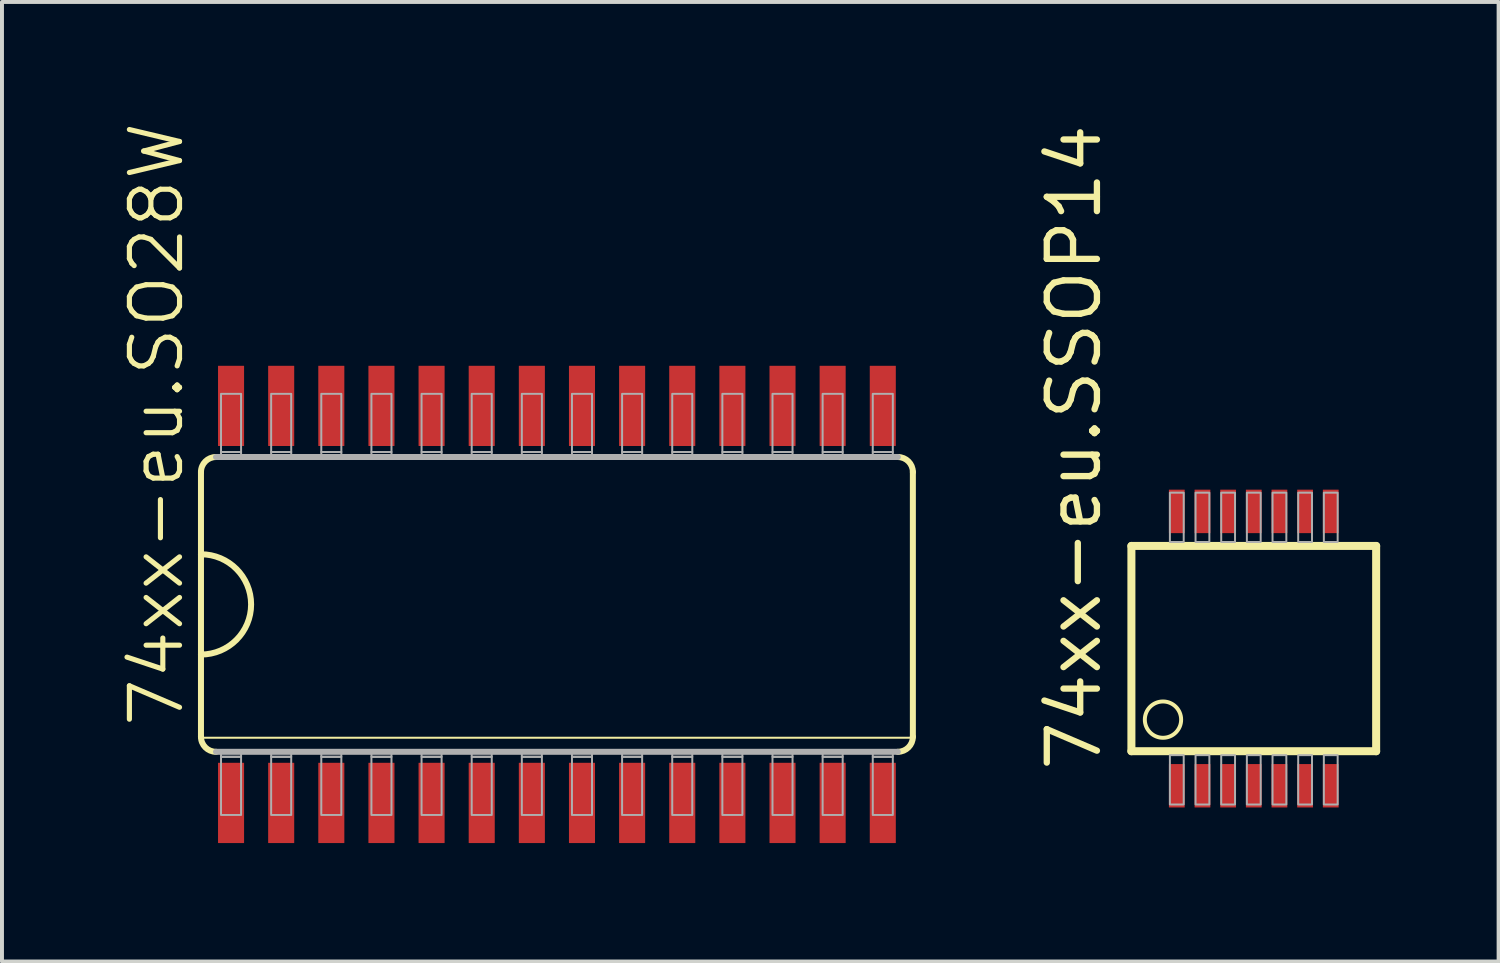
<source format=kicad_pcb>
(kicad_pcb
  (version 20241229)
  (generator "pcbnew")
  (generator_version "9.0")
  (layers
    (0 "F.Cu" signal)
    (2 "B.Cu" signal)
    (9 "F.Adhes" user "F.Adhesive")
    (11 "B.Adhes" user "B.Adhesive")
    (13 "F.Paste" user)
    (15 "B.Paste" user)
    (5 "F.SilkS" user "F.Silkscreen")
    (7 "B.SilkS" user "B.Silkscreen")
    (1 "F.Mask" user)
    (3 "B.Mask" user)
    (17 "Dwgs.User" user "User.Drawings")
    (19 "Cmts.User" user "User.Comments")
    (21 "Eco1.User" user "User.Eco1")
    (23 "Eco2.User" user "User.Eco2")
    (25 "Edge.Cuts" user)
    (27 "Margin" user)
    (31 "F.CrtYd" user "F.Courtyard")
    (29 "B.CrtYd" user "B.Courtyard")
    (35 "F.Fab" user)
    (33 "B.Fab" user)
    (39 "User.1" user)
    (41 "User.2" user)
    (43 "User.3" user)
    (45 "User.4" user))
  (footprint "74xx-eu.SSOP14"
    (layer "F.Cu")
    (at 28.711 13.38)
    (property "Reference" "74xx-eu.SSOP14" (at -3.81 3.175 90) (layer "F.SilkS") (effects (font (size 1.27 1.27) (thickness 0.16)) (justify left bottom)))
    (attr smd)
    (fp_rect (start -2.2 -2.875) (end -1.7 -4.075) (stroke (width 0.05) (type default)) (fill yes) (layer "F.Mask"))
    (fp_rect (start -2.2 4.075) (end -1.7 2.875) (stroke (width 0.05) (type default)) (fill yes) (layer "F.Mask"))
    (fp_rect (start -1.55 -2.875) (end -1.05 -4.075) (stroke (width 0.05) (type default)) (fill yes) (layer "F.Mask"))
    (fp_rect (start -1.55 4.075) (end -1.05 2.875) (stroke (width 0.05) (type default)) (fill yes) (layer "F.Mask"))
    (fp_rect (start -0.9 -2.875) (end -0.4 -4.075) (stroke (width 0.05) (type default)) (fill yes) (layer "F.Mask"))
    (fp_rect (start -0.9 4.075) (end -0.4 2.875) (stroke (width 0.05) (type default)) (fill yes) (layer "F.Mask"))
    (fp_rect (start -0.25 -2.875) (end 0.25 -4.075) (stroke (width 0.05) (type default)) (fill yes) (layer "F.Mask"))
    (fp_rect (start -0.25 4.075) (end 0.25 2.875) (stroke (width 0.05) (type default)) (fill yes) (layer "F.Mask"))
    (fp_rect (start 0.4 -2.875) (end 0.9 -4.075) (stroke (width 0.05) (type default)) (fill yes) (layer "F.Mask"))
    (fp_rect (start 0.4 4.075) (end 0.9 2.875) (stroke (width 0.05) (type default)) (fill yes) (layer "F.Mask"))
    (fp_rect (start 1.05 -2.875) (end 1.55 -4.075) (stroke (width 0.05) (type default)) (fill yes) (layer "F.Mask"))
    (fp_rect (start 1.05 4.075) (end 1.55 2.875) (stroke (width 0.05) (type default)) (fill yes) (layer "F.Mask"))
    (fp_rect (start 1.7 -2.875) (end 2.2 -4.075) (stroke (width 0.05) (type default)) (fill yes) (layer "F.Mask"))
    (fp_rect (start 1.7 4.075) (end 2.2 2.875) (stroke (width 0.05) (type default)) (fill yes) (layer "F.Mask"))
    (fp_line (start -3.1 -2.6) (end 3.1 -2.6) (stroke (width 0.203) (type default)) (layer "F.SilkS"))
    (fp_line (start -3.1 2.6) (end -3.1 -2.6) (stroke (width 0.203) (type default)) (layer "F.SilkS"))
    (fp_line (start 3.1 -2.6) (end 3.1 2.6) (stroke (width 0.203) (type default)) (layer "F.SilkS"))
    (fp_line (start 3.1 2.6) (end -3.1 2.6) (stroke (width 0.203) (type default)) (layer "F.SilkS"))
    (fp_circle (center -2.3 1.8) (end -1.84 1.8) (stroke (width 0.1) (type default)) (fill no) (layer "F.SilkS"))
    (fp_rect (start -2.125 -2.7) (end -1.775 -3.95) (stroke (width 0.05) (type default)) (fill no) (layer "F.Fab"))
    (fp_rect (start -2.125 3.95) (end -1.775 2.7) (stroke (width 0.05) (type default)) (fill no) (layer "F.Fab"))
    (fp_rect (start -1.475 -2.7) (end -1.125 -3.95) (stroke (width 0.05) (type default)) (fill no) (layer "F.Fab"))
    (fp_rect (start -1.475 3.95) (end -1.125 2.7) (stroke (width 0.05) (type default)) (fill no) (layer "F.Fab"))
    (fp_rect (start -0.825 -2.7) (end -0.475 -3.95) (stroke (width 0.05) (type default)) (fill no) (layer "F.Fab"))
    (fp_rect (start -0.825 3.95) (end -0.475 2.7) (stroke (width 0.05) (type default)) (fill no) (layer "F.Fab"))
    (fp_rect (start -0.175 -2.7) (end 0.175 -3.95) (stroke (width 0.05) (type default)) (fill no) (layer "F.Fab"))
    (fp_rect (start -0.175 3.95) (end 0.175 2.7) (stroke (width 0.05) (type default)) (fill no) (layer "F.Fab"))
    (fp_rect (start 0.475 -2.7) (end 0.825 -3.95) (stroke (width 0.05) (type default)) (fill no) (layer "F.Fab"))
    (fp_rect (start 0.475 3.95) (end 0.825 2.7) (stroke (width 0.05) (type default)) (fill no) (layer "F.Fab"))
    (fp_rect (start 1.125 -2.7) (end 1.475 -3.95) (stroke (width 0.05) (type default)) (fill no) (layer "F.Fab"))
    (fp_rect (start 1.125 3.95) (end 1.475 2.7) (stroke (width 0.05) (type default)) (fill no) (layer "F.Fab"))
    (fp_rect (start 1.775 -2.7) (end 2.125 -3.95) (stroke (width 0.05) (type default)) (fill no) (layer "F.Fab"))
    (fp_rect (start 1.775 3.95) (end 2.125 2.7) (stroke (width 0.05) (type default)) (fill no) (layer "F.Fab"))
    (pad "1" smd roundrect (at -1.95 3.475) (size 0.4 1.1) (layers "F.Cu" "F.Mask" "F.Paste") (roundrect_rratio 0.01))
    (pad "2" smd roundrect (at -1.3 3.475) (size 0.4 1.1) (layers "F.Cu" "F.Mask" "F.Paste") (roundrect_rratio 0.01))
    (pad "3" smd roundrect (at -0.65 3.475) (size 0.4 1.1) (layers "F.Cu" "F.Mask" "F.Paste") (roundrect_rratio 0.01))
    (pad "4" smd roundrect (at 0 3.475) (size 0.4 1.1) (layers "F.Cu" "F.Mask" "F.Paste") (roundrect_rratio 0.01))
    (pad "5" smd roundrect (at 0.65 3.475) (size 0.4 1.1) (layers "F.Cu" "F.Mask" "F.Paste") (roundrect_rratio 0.01))
    (pad "6" smd roundrect (at 1.3 3.475) (size 0.4 1.1) (layers "F.Cu" "F.Mask" "F.Paste") (roundrect_rratio 0.01))
    (pad "7" smd roundrect (at 1.95 3.475) (size 0.4 1.1) (layers "F.Cu" "F.Mask" "F.Paste") (roundrect_rratio 0.01))
    (pad "8" smd roundrect (at 1.95 -3.475 180) (size 0.4 1.1) (layers "F.Cu" "F.Mask" "F.Paste") (roundrect_rratio 0.01))
    (pad "9" smd roundrect (at 1.3 -3.475 180) (size 0.4 1.1) (layers "F.Cu" "F.Mask" "F.Paste") (roundrect_rratio 0.01))
    (pad "10" smd roundrect (at 0.65 -3.475 180) (size 0.4 1.1) (layers "F.Cu" "F.Mask" "F.Paste") (roundrect_rratio 0.01))
    (pad "11" smd roundrect (at 0 -3.475 180) (size 0.4 1.1) (layers "F.Cu" "F.Mask" "F.Paste") (roundrect_rratio 0.01))
    (pad "12" smd roundrect (at -0.65 -3.475 180) (size 0.4 1.1) (layers "F.Cu" "F.Mask" "F.Paste") (roundrect_rratio 0.01))
    (pad "13" smd roundrect (at -1.3 -3.475 180) (size 0.4 1.1) (layers "F.Cu" "F.Mask" "F.Paste") (roundrect_rratio 0.01))
    (pad "14" smd roundrect (at -1.95 -3.475 180) (size 0.4 1.1) (layers "F.Cu" "F.Mask" "F.Paste") (roundrect_rratio 0.01)))
  (footprint "74xx-eu.SO28W"
    (layer "F.Cu")
    (at 11.058 12.261)
    (property "Reference" "74xx-eu.SO28W" (at -9.398 3.175 90) (layer "F.SilkS") (effects (font (size 1.27 1.27) (thickness 0.13)) (justify left bottom)))
    (attr smd)
    (fp_line (start -9.017 -3.353) (end -9.017 -1.27) (stroke (width 0.152) (type default)) (layer "F.SilkS"))
    (fp_line (start -9.017 -1.27) (end -9.017 1.27) (stroke (width 0.152) (type default)) (layer "F.SilkS"))
    (fp_line (start -9.017 1.27) (end -9.017 3.353) (stroke (width 0.152) (type default)) (layer "F.SilkS"))
    (fp_line (start -9.017 3.378) (end 9.017 3.378) (stroke (width 0.051) (type default)) (layer "F.SilkS"))
    (fp_line (start 9.017 3.353) (end 9.017 -3.353) (stroke (width 0.152) (type default)) (layer "F.SilkS"))
    (fp_arc (start -9.017 -3.3528) (mid -8.905408 -3.622208) (end -8.636 -3.7338) (stroke (width 0.1524) (type default)) (layer "F.SilkS"))
    (fp_arc (start -9.017 -1.27) (mid -7.747 0) (end -9.017 1.27) (stroke (width 0.1524) (type default)) (layer "F.SilkS"))
    (fp_arc (start -8.636 3.7338) (mid -8.905408 3.622208) (end -9.017 3.3528) (stroke (width 0.1524) (type default)) (layer "F.SilkS"))
    (fp_arc (start 8.636 -3.7338) (mid 8.905408 -3.622208) (end 9.017 -3.3528) (stroke (width 0.1524) (type default)) (layer "F.SilkS"))
    (fp_arc (start 9.017 3.3528) (mid 8.905408 3.622208) (end 8.636 3.7338) (stroke (width 0.1524) (type default)) (layer "F.SilkS"))
    (fp_line (start -8.636 3.734) (end 8.636 3.734) (stroke (width 0.152) (type default)) (layer "F.Fab"))
    (fp_line (start 8.636 -3.734) (end -8.636 -3.734) (stroke (width 0.152) (type default)) (layer "F.Fab"))
    (fp_rect (start -8.509 -3.861) (end -8.001 -5.334) (stroke (width 0.05) (type default)) (fill no) (layer "F.Fab"))
    (fp_rect (start -8.509 -3.734) (end -8.001 -3.861) (stroke (width 0.05) (type default)) (fill no) (layer "F.Fab"))
    (fp_rect (start -8.509 3.861) (end -8.001 3.734) (stroke (width 0.05) (type default)) (fill no) (layer "F.Fab"))
    (fp_rect (start -8.509 5.334) (end -8.001 3.861) (stroke (width 0.05) (type default)) (fill no) (layer "F.Fab"))
    (fp_rect (start -7.239 -3.861) (end -6.731 -5.334) (stroke (width 0.05) (type default)) (fill no) (layer "F.Fab"))
    (fp_rect (start -7.239 -3.734) (end -6.731 -3.861) (stroke (width 0.05) (type default)) (fill no) (layer "F.Fab"))
    (fp_rect (start -7.239 3.861) (end -6.731 3.734) (stroke (width 0.05) (type default)) (fill no) (layer "F.Fab"))
    (fp_rect (start -7.239 5.334) (end -6.731 3.861) (stroke (width 0.05) (type default)) (fill no) (layer "F.Fab"))
    (fp_rect (start -5.969 -3.861) (end -5.461 -5.334) (stroke (width 0.05) (type default)) (fill no) (layer "F.Fab"))
    (fp_rect (start -5.969 -3.734) (end -5.461 -3.861) (stroke (width 0.05) (type default)) (fill no) (layer "F.Fab"))
    (fp_rect (start -5.969 3.861) (end -5.461 3.734) (stroke (width 0.05) (type default)) (fill no) (layer "F.Fab"))
    (fp_rect (start -5.969 5.334) (end -5.461 3.861) (stroke (width 0.05) (type default)) (fill no) (layer "F.Fab"))
    (fp_rect (start -4.699 -3.861) (end -4.191 -5.334) (stroke (width 0.05) (type default)) (fill no) (layer "F.Fab"))
    (fp_rect (start -4.699 -3.734) (end -4.191 -3.861) (stroke (width 0.05) (type default)) (fill no) (layer "F.Fab"))
    (fp_rect (start -4.699 3.861) (end -4.191 3.734) (stroke (width 0.05) (type default)) (fill no) (layer "F.Fab"))
    (fp_rect (start -4.699 5.334) (end -4.191 3.861) (stroke (width 0.05) (type default)) (fill no) (layer "F.Fab"))
    (fp_rect (start -3.429 -3.861) (end -2.921 -5.334) (stroke (width 0.05) (type default)) (fill no) (layer "F.Fab"))
    (fp_rect (start -3.429 -3.734) (end -2.921 -3.861) (stroke (width 0.05) (type default)) (fill no) (layer "F.Fab"))
    (fp_rect (start -3.429 3.861) (end -2.921 3.734) (stroke (width 0.05) (type default)) (fill no) (layer "F.Fab"))
    (fp_rect (start -3.429 5.334) (end -2.921 3.861) (stroke (width 0.05) (type default)) (fill no) (layer "F.Fab"))
    (fp_rect (start -2.159 -3.861) (end -1.651 -5.334) (stroke (width 0.05) (type default)) (fill no) (layer "F.Fab"))
    (fp_rect (start -2.159 -3.734) (end -1.651 -3.861) (stroke (width 0.05) (type default)) (fill no) (layer "F.Fab"))
    (fp_rect (start -2.159 3.861) (end -1.651 3.734) (stroke (width 0.05) (type default)) (fill no) (layer "F.Fab"))
    (fp_rect (start -2.159 5.334) (end -1.651 3.861) (stroke (width 0.05) (type default)) (fill no) (layer "F.Fab"))
    (fp_rect (start -0.889 -3.861) (end -0.381 -5.334) (stroke (width 0.05) (type default)) (fill no) (layer "F.Fab"))
    (fp_rect (start -0.889 -3.734) (end -0.381 -3.861) (stroke (width 0.05) (type default)) (fill no) (layer "F.Fab"))
    (fp_rect (start -0.889 3.861) (end -0.381 3.734) (stroke (width 0.05) (type default)) (fill no) (layer "F.Fab"))
    (fp_rect (start -0.889 5.334) (end -0.381 3.861) (stroke (width 0.05) (type default)) (fill no) (layer "F.Fab"))
    (fp_rect (start 0.381 -3.861) (end 0.889 -5.334) (stroke (width 0.05) (type default)) (fill no) (layer "F.Fab"))
    (fp_rect (start 0.381 -3.734) (end 0.889 -3.861) (stroke (width 0.05) (type default)) (fill no) (layer "F.Fab"))
    (fp_rect (start 0.381 3.861) (end 0.889 3.734) (stroke (width 0.05) (type default)) (fill no) (layer "F.Fab"))
    (fp_rect (start 0.381 5.334) (end 0.889 3.861) (stroke (width 0.05) (type default)) (fill no) (layer "F.Fab"))
    (fp_rect (start 1.651 -3.861) (end 2.159 -5.334) (stroke (width 0.05) (type default)) (fill no) (layer "F.Fab"))
    (fp_rect (start 1.651 -3.734) (end 2.159 -3.861) (stroke (width 0.05) (type default)) (fill no) (layer "F.Fab"))
    (fp_rect (start 1.651 3.861) (end 2.159 3.734) (stroke (width 0.05) (type default)) (fill no) (layer "F.Fab"))
    (fp_rect (start 1.651 5.334) (end 2.159 3.861) (stroke (width 0.05) (type default)) (fill no) (layer "F.Fab"))
    (fp_rect (start 2.921 -3.861) (end 3.429 -5.334) (stroke (width 0.05) (type default)) (fill no) (layer "F.Fab"))
    (fp_rect (start 2.921 -3.734) (end 3.429 -3.861) (stroke (width 0.05) (type default)) (fill no) (layer "F.Fab"))
    (fp_rect (start 2.921 3.861) (end 3.429 3.734) (stroke (width 0.05) (type default)) (fill no) (layer "F.Fab"))
    (fp_rect (start 2.921 5.334) (end 3.429 3.861) (stroke (width 0.05) (type default)) (fill no) (layer "F.Fab"))
    (fp_rect (start 4.191 -3.861) (end 4.699 -5.334) (stroke (width 0.05) (type default)) (fill no) (layer "F.Fab"))
    (fp_rect (start 4.191 -3.734) (end 4.699 -3.861) (stroke (width 0.05) (type default)) (fill no) (layer "F.Fab"))
    (fp_rect (start 4.191 3.861) (end 4.699 3.734) (stroke (width 0.05) (type default)) (fill no) (layer "F.Fab"))
    (fp_rect (start 4.191 5.334) (end 4.699 3.861) (stroke (width 0.05) (type default)) (fill no) (layer "F.Fab"))
    (fp_rect (start 5.461 -3.861) (end 5.969 -5.334) (stroke (width 0.05) (type default)) (fill no) (layer "F.Fab"))
    (fp_rect (start 5.461 -3.734) (end 5.969 -3.861) (stroke (width 0.05) (type default)) (fill no) (layer "F.Fab"))
    (fp_rect (start 5.461 3.861) (end 5.969 3.734) (stroke (width 0.05) (type default)) (fill no) (layer "F.Fab"))
    (fp_rect (start 5.461 5.334) (end 5.969 3.861) (stroke (width 0.05) (type default)) (fill no) (layer "F.Fab"))
    (fp_rect (start 6.731 -3.861) (end 7.239 -5.334) (stroke (width 0.05) (type default)) (fill no) (layer "F.Fab"))
    (fp_rect (start 6.731 -3.734) (end 7.239 -3.861) (stroke (width 0.05) (type default)) (fill no) (layer "F.Fab"))
    (fp_rect (start 6.731 3.861) (end 7.239 3.734) (stroke (width 0.05) (type default)) (fill no) (layer "F.Fab"))
    (fp_rect (start 6.731 5.334) (end 7.239 3.861) (stroke (width 0.05) (type default)) (fill no) (layer "F.Fab"))
    (fp_rect (start 8.001 -3.861) (end 8.509 -5.334) (stroke (width 0.05) (type default)) (fill no) (layer "F.Fab"))
    (fp_rect (start 8.001 -3.734) (end 8.509 -3.861) (stroke (width 0.05) (type default)) (fill no) (layer "F.Fab"))
    (fp_rect (start 8.001 3.861) (end 8.509 3.734) (stroke (width 0.05) (type default)) (fill no) (layer "F.Fab"))
    (fp_rect (start 8.001 5.334) (end 8.509 3.861) (stroke (width 0.05) (type default)) (fill no) (layer "F.Fab"))
    (pad "1" smd roundrect (at -8.255 5.029) (size 0.66 2.032) (layers "F.Cu" "F.Mask" "F.Paste") (roundrect_rratio 0.01))
    (pad "2" smd roundrect (at -6.985 5.029) (size 0.66 2.032) (layers "F.Cu" "F.Mask" "F.Paste") (roundrect_rratio 0.01))
    (pad "3" smd roundrect (at -5.715 5.029) (size 0.66 2.032) (layers "F.Cu" "F.Mask" "F.Paste") (roundrect_rratio 0.01))
    (pad "4" smd roundrect (at -4.445 5.029) (size 0.66 2.032) (layers "F.Cu" "F.Mask" "F.Paste") (roundrect_rratio 0.01))
    (pad "5" smd roundrect (at -3.175 5.029) (size 0.66 2.032) (layers "F.Cu" "F.Mask" "F.Paste") (roundrect_rratio 0.01))
    (pad "6" smd roundrect (at -1.905 5.029) (size 0.66 2.032) (layers "F.Cu" "F.Mask" "F.Paste") (roundrect_rratio 0.01))
    (pad "7" smd roundrect (at -0.635 5.029) (size 0.66 2.032) (layers "F.Cu" "F.Mask" "F.Paste") (roundrect_rratio 0.01))
    (pad "8" smd roundrect (at 0.635 5.029) (size 0.66 2.032) (layers "F.Cu" "F.Mask" "F.Paste") (roundrect_rratio 0.01))
    (pad "9" smd roundrect (at 1.905 5.029) (size 0.66 2.032) (layers "F.Cu" "F.Mask" "F.Paste") (roundrect_rratio 0.01))
    (pad "10" smd roundrect (at 3.175 5.029) (size 0.66 2.032) (layers "F.Cu" "F.Mask" "F.Paste") (roundrect_rratio 0.01))
    (pad "11" smd roundrect (at 4.445 5.029) (size 0.66 2.032) (layers "F.Cu" "F.Mask" "F.Paste") (roundrect_rratio 0.01))
    (pad "12" smd roundrect (at 5.715 5.029) (size 0.66 2.032) (layers "F.Cu" "F.Mask" "F.Paste") (roundrect_rratio 0.01))
    (pad "13" smd roundrect (at 6.985 5.029) (size 0.66 2.032) (layers "F.Cu" "F.Mask" "F.Paste") (roundrect_rratio 0.01))
    (pad "14" smd roundrect (at 8.255 5.029) (size 0.66 2.032) (layers "F.Cu" "F.Mask" "F.Paste") (roundrect_rratio 0.01))
    (pad "15" smd roundrect (at 8.255 -5.029) (size 0.66 2.032) (layers "F.Cu" "F.Mask" "F.Paste") (roundrect_rratio 0.01))
    (pad "16" smd roundrect (at 6.985 -5.029) (size 0.66 2.032) (layers "F.Cu" "F.Mask" "F.Paste") (roundrect_rratio 0.01))
    (pad "17" smd roundrect (at 5.715 -5.029) (size 0.66 2.032) (layers "F.Cu" "F.Mask" "F.Paste") (roundrect_rratio 0.01))
    (pad "18" smd roundrect (at 4.445 -5.029) (size 0.66 2.032) (layers "F.Cu" "F.Mask" "F.Paste") (roundrect_rratio 0.01))
    (pad "19" smd roundrect (at 3.175 -5.029) (size 0.66 2.032) (layers "F.Cu" "F.Mask" "F.Paste") (roundrect_rratio 0.01))
    (pad "20" smd roundrect (at 1.905 -5.029) (size 0.66 2.032) (layers "F.Cu" "F.Mask" "F.Paste") (roundrect_rratio 0.01))
    (pad "21" smd roundrect (at 0.635 -5.029) (size 0.66 2.032) (layers "F.Cu" "F.Mask" "F.Paste") (roundrect_rratio 0.01))
    (pad "22" smd roundrect (at -0.635 -5.029) (size 0.66 2.032) (layers "F.Cu" "F.Mask" "F.Paste") (roundrect_rratio 0.01))
    (pad "23" smd roundrect (at -1.905 -5.029) (size 0.66 2.032) (layers "F.Cu" "F.Mask" "F.Paste") (roundrect_rratio 0.01))
    (pad "24" smd roundrect (at -3.175 -5.029) (size 0.66 2.032) (layers "F.Cu" "F.Mask" "F.Paste") (roundrect_rratio 0.01))
    (pad "25" smd roundrect (at -4.445 -5.029) (size 0.66 2.032) (layers "F.Cu" "F.Mask" "F.Paste") (roundrect_rratio 0.01))
    (pad "26" smd roundrect (at -5.715 -5.029) (size 0.66 2.032) (layers "F.Cu" "F.Mask" "F.Paste") (roundrect_rratio 0.01))
    (pad "27" smd roundrect (at -6.985 -5.029) (size 0.66 2.032) (layers "F.Cu" "F.Mask" "F.Paste") (roundrect_rratio 0.01))
    (pad "28" smd roundrect (at -8.255 -5.029) (size 0.66 2.032) (layers "F.Cu" "F.Mask" "F.Paste") (roundrect_rratio 0.01)))
  (gr_rect
    (start -3 -3)
    (end 34.913 21.307)
    (stroke (width 0.1) (type default))
    (fill no)
    (layer "Edge.Cuts")))
</source>
